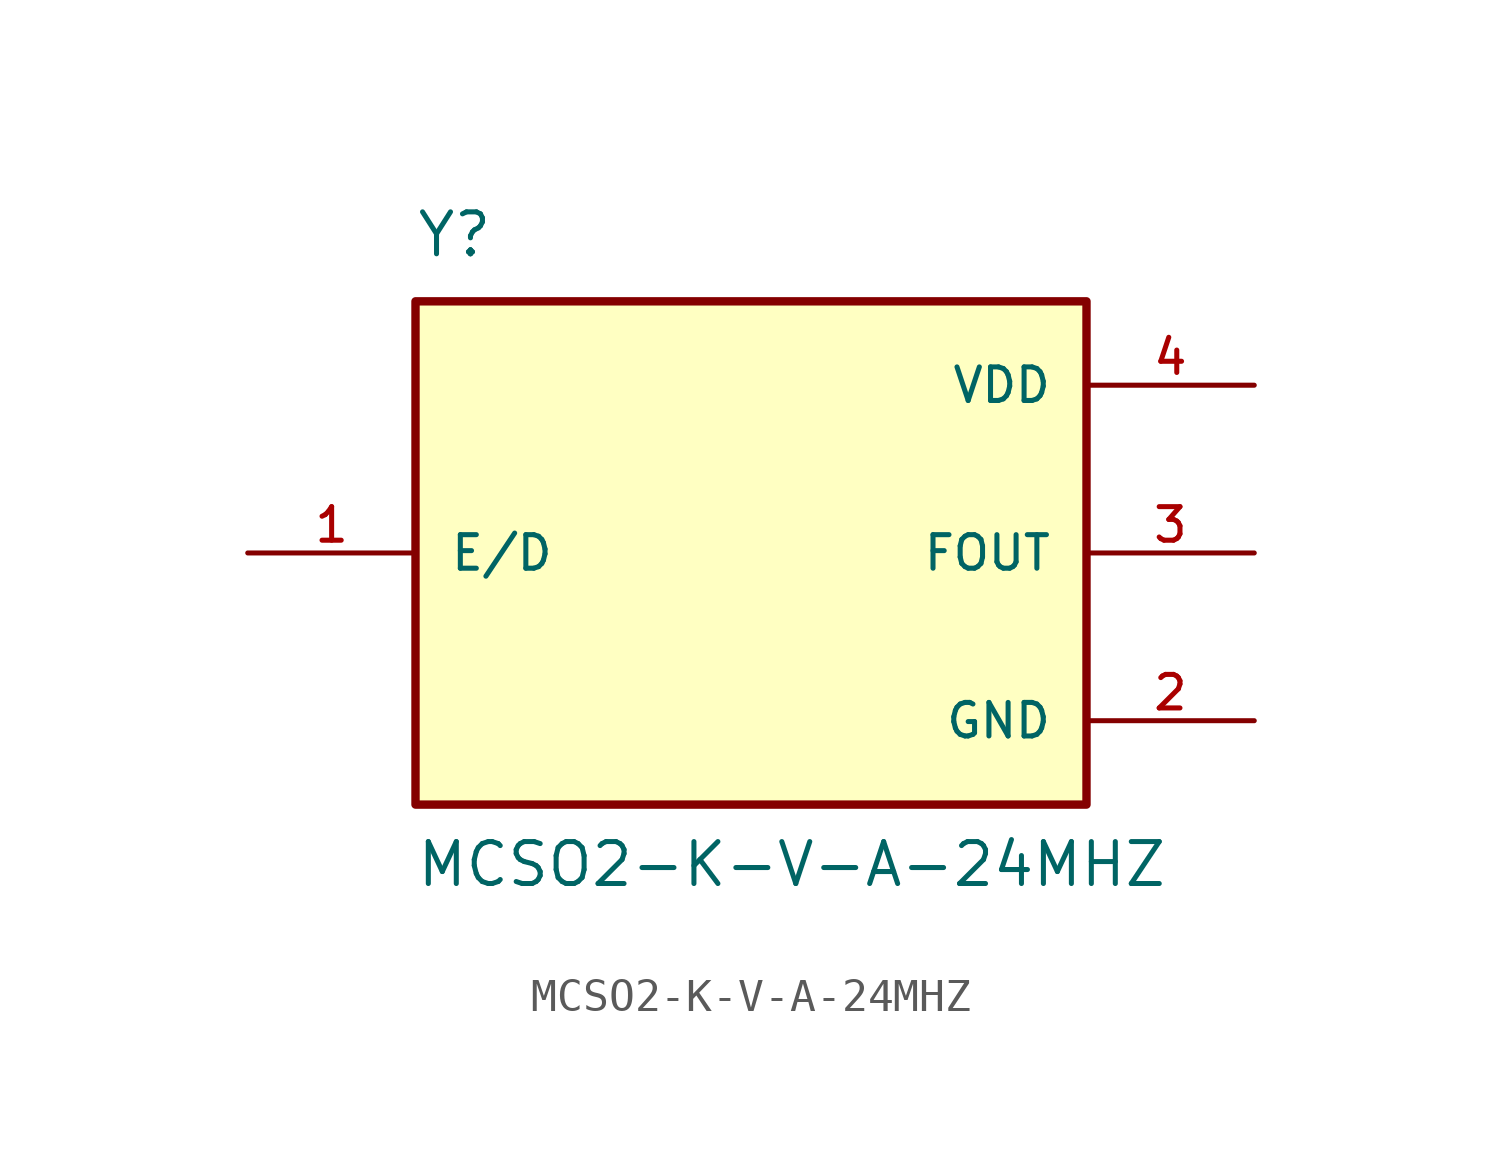
<source format=kicad_sym>
(kicad_symbol_lib
  (version 20211014)
  (generator kicad_symbol_editor)
  (symbol "MCSO2-K-V-A-24MHZ"
    (pin_names
      (offset 1.016))
    (property "Reference" "Y"
      (at -10.168 8.896 0)
      (effects (font (size 1.27 1.27)) (justify bottom left)))
    (property "Value" "MCSO2-K-V-A-24MHZ"
      (at -10.174 -10.174 0)
      (effects (font (size 1.27 1.27)) (justify bottom left)))
    (symbol "MCSO2-K-V-A-24MHZ_0_0"
      (rectangle (start -10.16 -7.62) (end 10.16 7.62) (stroke (width 0.254)) (fill (type background)))
      (pin power_in line (at 15.24 5.08 180.0) (length 5.08) (name "VDD" (effects (font (size 1.016 1.016)))) (number "4" (effects (font (size 1.016 1.016)))))
      (pin input line (at -15.24 0.0 0) (length 5.08) (name "E/D" (effects (font (size 1.016 1.016)))) (number "1" (effects (font (size 1.016 1.016)))))
      (pin power_in line (at 15.24 -5.08 180.0) (length 5.08) (name "GND" (effects (font (size 1.016 1.016)))) (number "2" (effects (font (size 1.016 1.016)))))
      (pin output line (at 15.24 0.0 180.0) (length 5.08) (name "FOUT" (effects (font (size 1.016 1.016)))) (number "3" (effects (font (size 1.016 1.016))))))))
</source>
